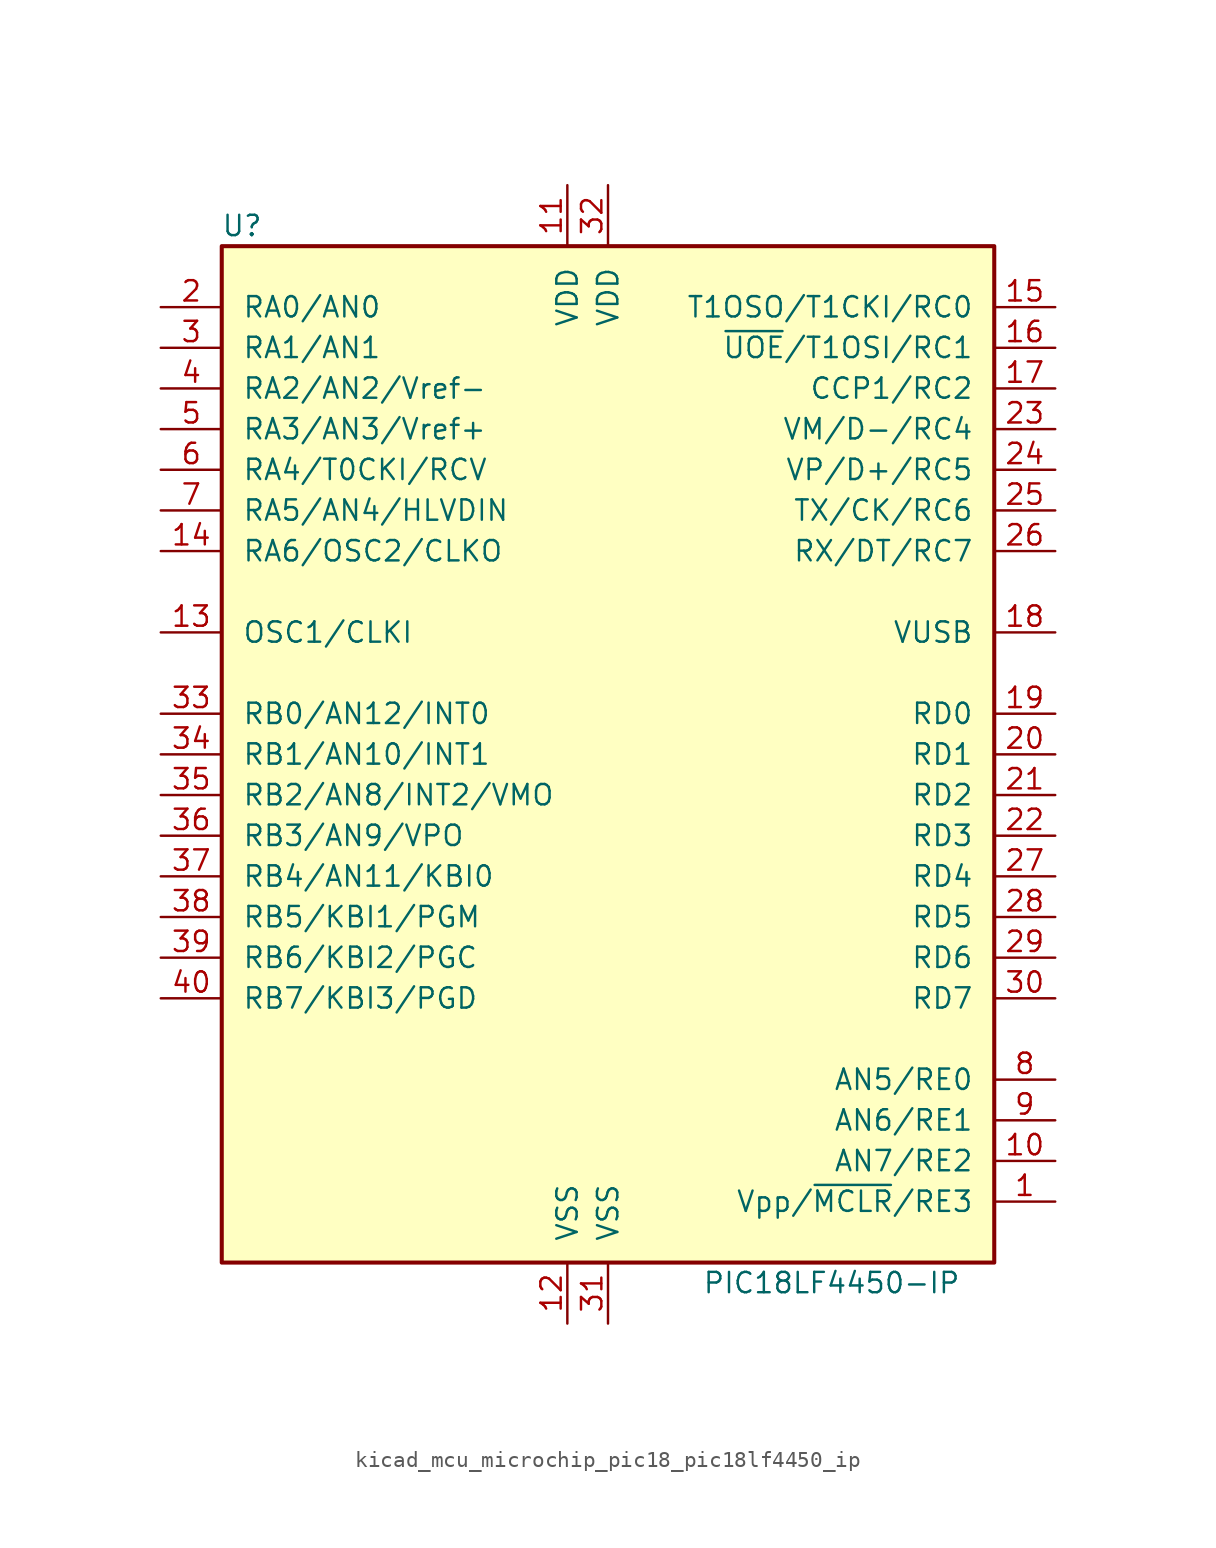
<source format=kicad_sym>
(kicad_symbol_lib
  (version 20220914)
  (generator kicad_symbol_editor)
  (symbol "kicad_mcu_microchip_pic18_pic18lf4450_ip"
    (pin_names
      (offset 1.27))
    (property "Reference" "U"
      (at -22.86 33.02 0)
      (effects (font (size 1.27 1.27))))
    (property "Value" "PIC18LF4450-IP"
      (at 13.97 -33.02 0)
      (effects (font (size 1.27 1.27))))
    (symbol "kicad_mcu_microchip_pic18_pic18lf4450_ip_0_1"
      (rectangle (start -24.13 31.75) (end 24.13 -31.75) (stroke (width 0.254) (type default)) (fill (type background))))
    (symbol "kicad_mcu_microchip_pic18_pic18lf4450_ip_1_1"
      (pin input line (at 27.94 -27.94 180) (length 3.81) (name "Vpp/~{MCLR}/RE3" (effects (font (size 1.27 1.27)))) (number "1" (effects (font (size 1.27 1.27)))))
      (pin bidirectional line (at 27.94 -25.4 180) (length 3.81) (name "AN7/RE2" (effects (font (size 1.27 1.27)))) (number "10" (effects (font (size 1.27 1.27)))))
      (pin power_in line (at -2.54 35.56 270) (length 3.81) (name "VDD" (effects (font (size 1.27 1.27)))) (number "11" (effects (font (size 1.27 1.27)))))
      (pin power_in line (at -2.54 -35.56 90) (length 3.81) (name "VSS" (effects (font (size 1.27 1.27)))) (number "12" (effects (font (size 1.27 1.27)))))
      (pin input line (at -27.94 7.62 0) (length 3.81) (name "OSC1/CLKI" (effects (font (size 1.27 1.27)))) (number "13" (effects (font (size 1.27 1.27)))))
      (pin output line (at -27.94 12.7 0) (length 3.81) (name "RA6/OSC2/CLKO" (effects (font (size 1.27 1.27)))) (number "14" (effects (font (size 1.27 1.27)))))
      (pin bidirectional line (at 27.94 27.94 180) (length 3.81) (name "T1OSO/T1CKI/RC0" (effects (font (size 1.27 1.27)))) (number "15" (effects (font (size 1.27 1.27)))))
      (pin bidirectional line (at 27.94 25.4 180) (length 3.81) (name "~{UOE}/T1OSI/RC1" (effects (font (size 1.27 1.27)))) (number "16" (effects (font (size 1.27 1.27)))))
      (pin bidirectional line (at 27.94 22.86 180) (length 3.81) (name "CCP1/RC2" (effects (font (size 1.27 1.27)))) (number "17" (effects (font (size 1.27 1.27)))))
      (pin bidirectional line (at 27.94 7.62 180) (length 3.81) (name "VUSB" (effects (font (size 1.27 1.27)))) (number "18" (effects (font (size 1.27 1.27)))))
      (pin bidirectional line (at 27.94 2.54 180) (length 3.81) (name "RD0" (effects (font (size 1.27 1.27)))) (number "19" (effects (font (size 1.27 1.27)))))
      (pin bidirectional line (at -27.94 27.94 0) (length 3.81) (name "RA0/AN0" (effects (font (size 1.27 1.27)))) (number "2" (effects (font (size 1.27 1.27)))))
      (pin bidirectional line (at 27.94 0 180) (length 3.81) (name "RD1" (effects (font (size 1.27 1.27)))) (number "20" (effects (font (size 1.27 1.27)))))
      (pin bidirectional line (at 27.94 -2.54 180) (length 3.81) (name "RD2" (effects (font (size 1.27 1.27)))) (number "21" (effects (font (size 1.27 1.27)))))
      (pin bidirectional line (at 27.94 -5.08 180) (length 3.81) (name "RD3" (effects (font (size 1.27 1.27)))) (number "22" (effects (font (size 1.27 1.27)))))
      (pin bidirectional line (at 27.94 20.32 180) (length 3.81) (name "VM/D-/RC4" (effects (font (size 1.27 1.27)))) (number "23" (effects (font (size 1.27 1.27)))))
      (pin bidirectional line (at 27.94 17.78 180) (length 3.81) (name "VP/D+/RC5" (effects (font (size 1.27 1.27)))) (number "24" (effects (font (size 1.27 1.27)))))
      (pin bidirectional line (at 27.94 15.24 180) (length 3.81) (name "TX/CK/RC6" (effects (font (size 1.27 1.27)))) (number "25" (effects (font (size 1.27 1.27)))))
      (pin bidirectional line (at 27.94 12.7 180) (length 3.81) (name "RX/DT/RC7" (effects (font (size 1.27 1.27)))) (number "26" (effects (font (size 1.27 1.27)))))
      (pin bidirectional line (at 27.94 -7.62 180) (length 3.81) (name "RD4" (effects (font (size 1.27 1.27)))) (number "27" (effects (font (size 1.27 1.27)))))
      (pin bidirectional line (at 27.94 -10.16 180) (length 3.81) (name "RD5" (effects (font (size 1.27 1.27)))) (number "28" (effects (font (size 1.27 1.27)))))
      (pin bidirectional line (at 27.94 -12.7 180) (length 3.81) (name "RD6" (effects (font (size 1.27 1.27)))) (number "29" (effects (font (size 1.27 1.27)))))
      (pin bidirectional line (at -27.94 25.4 0) (length 3.81) (name "RA1/AN1" (effects (font (size 1.27 1.27)))) (number "3" (effects (font (size 1.27 1.27)))))
      (pin bidirectional line (at 27.94 -15.24 180) (length 3.81) (name "RD7" (effects (font (size 1.27 1.27)))) (number "30" (effects (font (size 1.27 1.27)))))
      (pin power_in line (at 0 -35.56 90) (length 3.81) (name "VSS" (effects (font (size 1.27 1.27)))) (number "31" (effects (font (size 1.27 1.27)))))
      (pin power_in line (at 0 35.56 270) (length 3.81) (name "VDD" (effects (font (size 1.27 1.27)))) (number "32" (effects (font (size 1.27 1.27)))))
      (pin bidirectional line (at -27.94 2.54 0) (length 3.81) (name "RB0/AN12/INT0" (effects (font (size 1.27 1.27)))) (number "33" (effects (font (size 1.27 1.27)))))
      (pin bidirectional line (at -27.94 0 0) (length 3.81) (name "RB1/AN10/INT1" (effects (font (size 1.27 1.27)))) (number "34" (effects (font (size 1.27 1.27)))))
      (pin bidirectional line (at -27.94 -2.54 0) (length 3.81) (name "RB2/AN8/INT2/VMO" (effects (font (size 1.27 1.27)))) (number "35" (effects (font (size 1.27 1.27)))))
      (pin bidirectional line (at -27.94 -5.08 0) (length 3.81) (name "RB3/AN9/VPO" (effects (font (size 1.27 1.27)))) (number "36" (effects (font (size 1.27 1.27)))))
      (pin bidirectional line (at -27.94 -7.62 0) (length 3.81) (name "RB4/AN11/KBI0" (effects (font (size 1.27 1.27)))) (number "37" (effects (font (size 1.27 1.27)))))
      (pin bidirectional line (at -27.94 -10.16 0) (length 3.81) (name "RB5/KBI1/PGM" (effects (font (size 1.27 1.27)))) (number "38" (effects (font (size 1.27 1.27)))))
      (pin bidirectional line (at -27.94 -12.7 0) (length 3.81) (name "RB6/KBI2/PGC" (effects (font (size 1.27 1.27)))) (number "39" (effects (font (size 1.27 1.27)))))
      (pin bidirectional line (at -27.94 22.86 0) (length 3.81) (name "RA2/AN2/Vref-" (effects (font (size 1.27 1.27)))) (number "4" (effects (font (size 1.27 1.27)))))
      (pin bidirectional line (at -27.94 -15.24 0) (length 3.81) (name "RB7/KBI3/PGD" (effects (font (size 1.27 1.27)))) (number "40" (effects (font (size 1.27 1.27)))))
      (pin bidirectional line (at -27.94 20.32 0) (length 3.81) (name "RA3/AN3/Vref+" (effects (font (size 1.27 1.27)))) (number "5" (effects (font (size 1.27 1.27)))))
      (pin bidirectional line (at -27.94 17.78 0) (length 3.81) (name "RA4/T0CKI/RCV" (effects (font (size 1.27 1.27)))) (number "6" (effects (font (size 1.27 1.27)))))
      (pin bidirectional line (at -27.94 15.24 0) (length 3.81) (name "RA5/AN4/HLVDIN" (effects (font (size 1.27 1.27)))) (number "7" (effects (font (size 1.27 1.27)))))
      (pin bidirectional line (at 27.94 -20.32 180) (length 3.81) (name "AN5/RE0" (effects (font (size 1.27 1.27)))) (number "8" (effects (font (size 1.27 1.27)))))
      (pin bidirectional line (at 27.94 -22.86 180) (length 3.81) (name "AN6/RE1" (effects (font (size 1.27 1.27)))) (number "9" (effects (font (size 1.27 1.27))))))))
</source>
